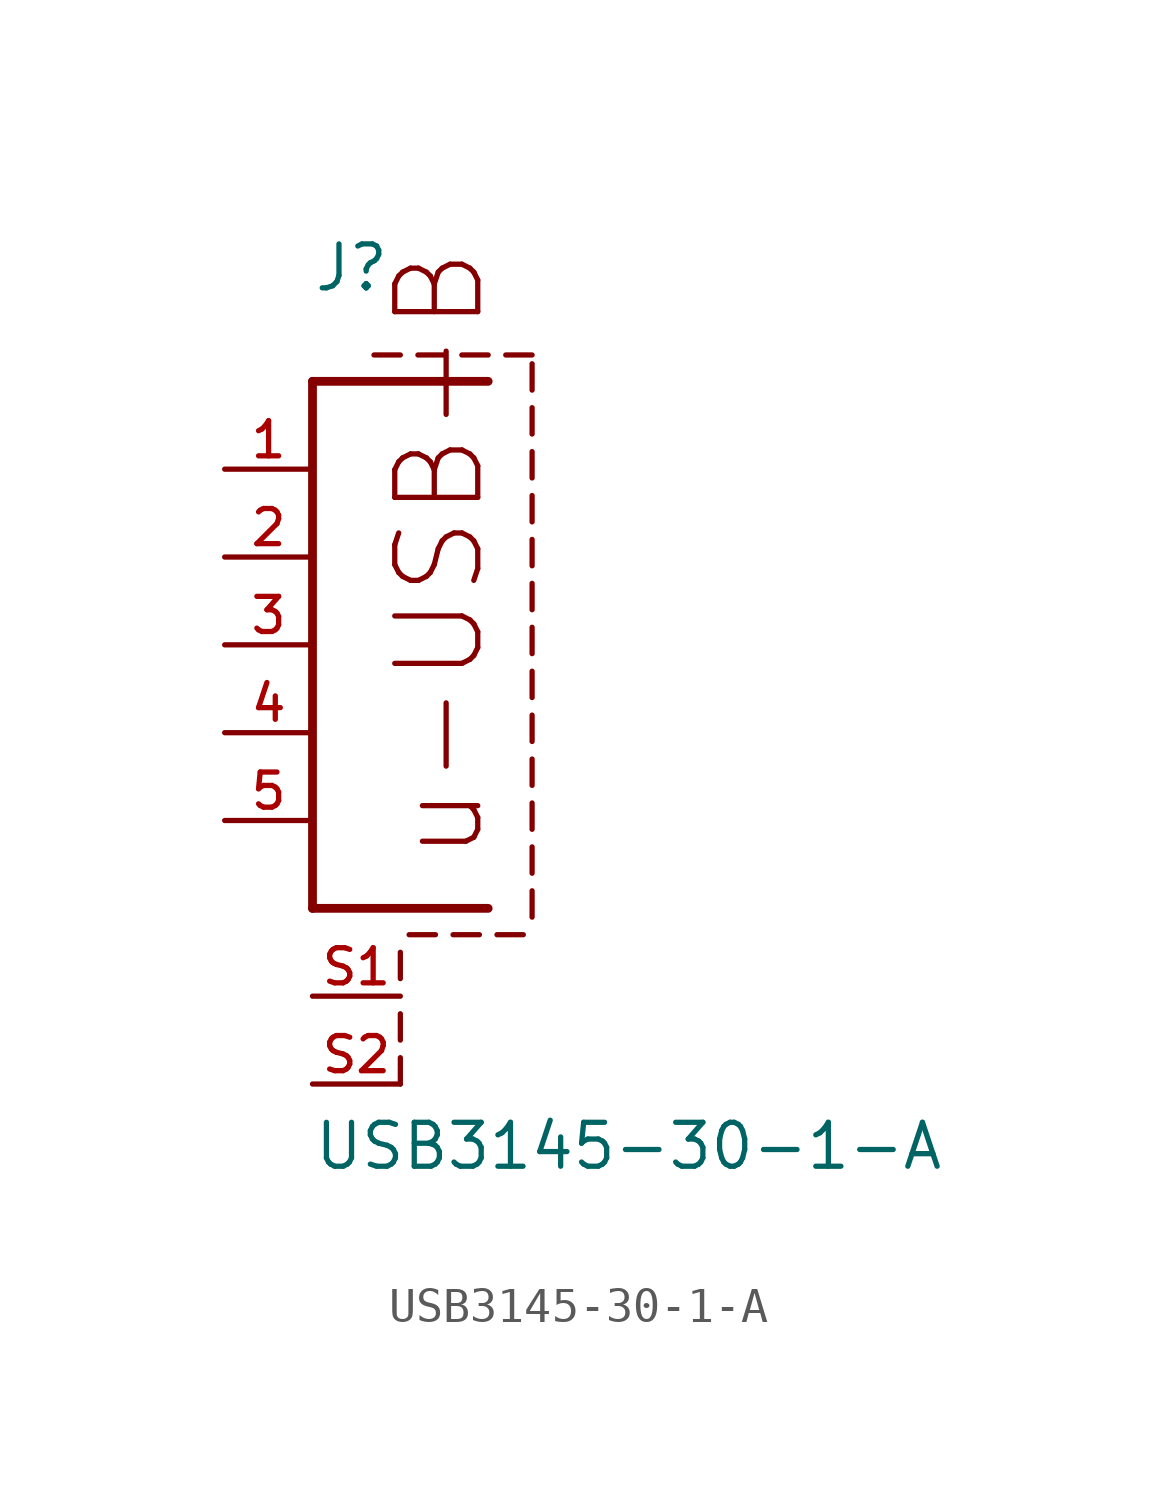
<source format=kicad_sym>
(kicad_symbol_lib
  (version 20211014)
  (generator kicad_symbol_editor)
  (symbol "USB3145-30-1-A"
    (pin_names
      (offset 1.016))
    (property "Reference" "J"
      (at 0.0 11.43 0)
      (effects (font (size 1.27 1.27)) (justify bottom left)))
    (property "Value" "USB3145-30-1-A"
      (at 0.0 -13.97 0)
      (effects (font (size 1.27 1.27)) (justify bottom left)))
    (symbol "USB3145-30-1-A_0_0"
      (polyline (pts (xy 0.0 8.89) (xy 0.0 -6.35)) (stroke (width 0.254)))
      (polyline (pts (xy 0.0 -6.35) (xy 5.08 -6.35)) (stroke (width 0.254)))
      (polyline (pts (xy 0.0 8.89) (xy 5.08 8.89)) (stroke (width 0.254)))
      (polyline (pts (xy 2.54 -11.43) (xy 2.54 -10.668)) (stroke (width 0.152)))
      (polyline (pts (xy 2.54 -10.16) (xy 2.54 -9.398)) (stroke (width 0.152)))
      (polyline (pts (xy 6.35 -5.334) (xy 6.35 -4.572)) (stroke (width 0.152)))
      (polyline (pts (xy 6.35 -4.064) (xy 6.35 -3.302)) (stroke (width 0.152)))
      (polyline (pts (xy 6.35 -2.794) (xy 6.35 -2.032)) (stroke (width 0.152)))
      (polyline (pts (xy 6.35 -1.524) (xy 6.35 -0.762)) (stroke (width 0.152)))
      (polyline (pts (xy 6.35 -0.254) (xy 6.35 0.508)) (stroke (width 0.152)))
      (polyline (pts (xy 6.35 1.016) (xy 6.35 1.778)) (stroke (width 0.152)))
      (polyline (pts (xy 6.35 2.286) (xy 6.35 3.048)) (stroke (width 0.152)))
      (polyline (pts (xy 6.35 3.556) (xy 6.35 4.318)) (stroke (width 0.152)))
      (polyline (pts (xy 6.35 4.826) (xy 6.35 5.588)) (stroke (width 0.152)))
      (polyline (pts (xy 6.35 6.096) (xy 6.35 6.858)) (stroke (width 0.152)))
      (polyline (pts (xy 6.35 7.366) (xy 6.35 8.128)) (stroke (width 0.152)))
      (polyline (pts (xy 6.35 9.652) (xy 5.588 9.652)) (stroke (width 0.152)))
      (polyline (pts (xy 5.08 9.652) (xy 4.318 9.652)) (stroke (width 0.152)))
      (polyline (pts (xy 3.81 9.652) (xy 3.048 9.652)) (stroke (width 0.152)))
      (polyline (pts (xy 2.54 9.652) (xy 1.778 9.652)) (stroke (width 0.152)))
      (polyline (pts (xy 2.54 -8.382) (xy 2.54 -7.62)) (stroke (width 0.152)))
      (polyline (pts (xy 3.556 -7.112) (xy 2.794 -7.112)) (stroke (width 0.152)))
      (polyline (pts (xy 4.826 -7.112) (xy 4.064 -7.112)) (stroke (width 0.152)))
      (polyline (pts (xy 6.096 -7.112) (xy 5.334 -7.112)) (stroke (width 0.152)))
      (text "u-USB-B" (at 5.08 -5.08 900) (effects (font (size 2.4 2.4)) (justify bottom left)))
      (polyline (pts (xy 6.35 -6.604) (xy 6.35 -5.842)) (stroke (width 0.152)))
      (polyline (pts (xy 6.35 8.636) (xy 6.35 9.398)) (stroke (width 0.152)))
      (pin passive line (at -2.54 6.35 0) (length 2.54) (name "~" (effects (font (size 1.016 1.016)))) (number "1" (effects (font (size 1.016 1.016)))))
      (pin passive line (at -2.54 3.81 0) (length 2.54) (name "~" (effects (font (size 1.016 1.016)))) (number "2" (effects (font (size 1.016 1.016)))))
      (pin passive line (at -2.54 1.27 0) (length 2.54) (name "~" (effects (font (size 1.016 1.016)))) (number "3" (effects (font (size 1.016 1.016)))))
      (pin passive line (at -2.54 -1.27 0) (length 2.54) (name "~" (effects (font (size 1.016 1.016)))) (number "4" (effects (font (size 1.016 1.016)))))
      (pin passive line (at 0.0 -8.89 0) (length 2.54) (name "~" (effects (font (size 1.016 1.016)))) (number "S1" (effects (font (size 1.016 1.016)))))
      (pin passive line (at 0.0 -11.43 0) (length 2.54) (name "~" (effects (font (size 1.016 1.016)))) (number "S2" (effects (font (size 1.016 1.016)))))
      (pin passive line (at -2.54 -3.81 0) (length 2.54) (name "~" (effects (font (size 1.016 1.016)))) (number "5" (effects (font (size 1.016 1.016))))))))
</source>
